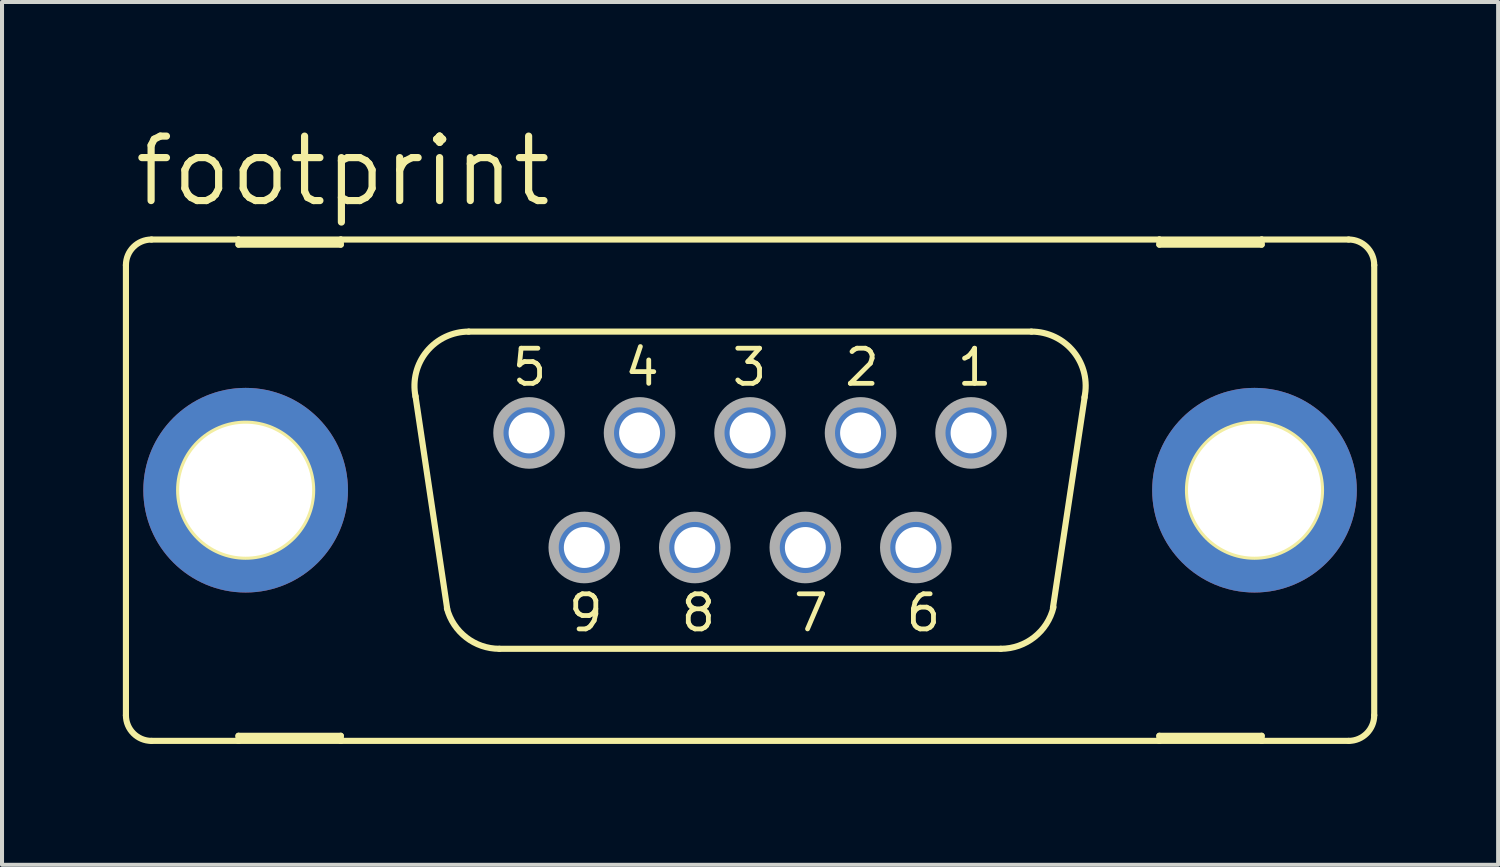
<source format=kicad_pcb>
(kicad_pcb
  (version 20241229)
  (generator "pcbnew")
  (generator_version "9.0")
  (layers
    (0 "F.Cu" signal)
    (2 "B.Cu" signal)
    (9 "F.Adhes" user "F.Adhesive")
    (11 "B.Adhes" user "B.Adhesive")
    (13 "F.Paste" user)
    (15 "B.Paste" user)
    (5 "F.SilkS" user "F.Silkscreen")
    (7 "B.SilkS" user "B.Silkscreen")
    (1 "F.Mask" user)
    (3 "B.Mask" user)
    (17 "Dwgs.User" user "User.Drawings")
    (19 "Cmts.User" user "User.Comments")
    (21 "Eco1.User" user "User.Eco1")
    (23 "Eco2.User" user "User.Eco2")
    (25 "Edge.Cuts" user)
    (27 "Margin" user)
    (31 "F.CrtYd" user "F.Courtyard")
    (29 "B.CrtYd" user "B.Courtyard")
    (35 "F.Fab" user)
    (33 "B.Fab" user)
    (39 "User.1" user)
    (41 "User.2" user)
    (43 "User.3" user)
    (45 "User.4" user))
  (footprint "footprint"
    (layer "F.Cu")
    (at 15.57 9.119)
    (property "Reference" "footprint" (at -15.367 -6.985 0) (layer "F.SilkS") (effects (font (size 1.6 1.6) (thickness 0.178)) (justify left bottom)))
    (fp_line (start -15.494 -5.588) (end -15.494 5.588) (stroke (width 0.152) (type solid)) (layer "F.SilkS"))
    (fp_line (start -14.859 6.223) (end -12.7 6.223) (stroke (width 0.152) (type solid)) (layer "F.SilkS"))
    (fp_line (start -12.7 -6.223) (end -14.859 -6.223) (stroke (width 0.152) (type solid)) (layer "F.SilkS"))
    (fp_line (start -12.7 -6.223) (end -12.7 -6.096) (stroke (width 0.152) (type solid)) (layer "F.SilkS"))
    (fp_line (start -12.7 -6.096) (end -10.16 -6.096) (stroke (width 0.152) (type solid)) (layer "F.SilkS"))
    (fp_line (start -12.7 6.096) (end -10.16 6.096) (stroke (width 0.152) (type solid)) (layer "F.SilkS"))
    (fp_line (start -12.7 6.223) (end -12.7 6.096) (stroke (width 0.152) (type solid)) (layer "F.SilkS"))
    (fp_line (start -12.7 6.223) (end -10.16 6.223) (stroke (width 0.152) (type solid)) (layer "F.SilkS"))
    (fp_line (start -10.16 -6.223) (end -12.7 -6.223) (stroke (width 0.152) (type solid)) (layer "F.SilkS"))
    (fp_line (start -10.16 -6.096) (end -10.16 -6.223) (stroke (width 0.152) (type solid)) (layer "F.SilkS"))
    (fp_line (start -10.16 6.096) (end -10.16 6.223) (stroke (width 0.152) (type solid)) (layer "F.SilkS"))
    (fp_line (start -10.16 6.223) (end 10.16 6.223) (stroke (width 0.152) (type solid)) (layer "F.SilkS"))
    (fp_line (start -7.518 2.946) (end -8.306 -2.337) (stroke (width 0.152) (type solid)) (layer "F.SilkS"))
    (fp_line (start -6.985 -3.937) (end 6.985 -3.937) (stroke (width 0.152) (type solid)) (layer "F.SilkS"))
    (fp_line (start -6.223 3.937) (end 6.223 3.937) (stroke (width 0.152) (type solid)) (layer "F.SilkS"))
    (fp_line (start 8.306 -2.311) (end 7.518 2.921) (stroke (width 0.152) (type solid)) (layer "F.SilkS"))
    (fp_line (start 10.16 -6.223) (end -10.16 -6.223) (stroke (width 0.152) (type solid)) (layer "F.SilkS"))
    (fp_line (start 10.16 -6.223) (end 10.16 -6.096) (stroke (width 0.152) (type solid)) (layer "F.SilkS"))
    (fp_line (start 10.16 -6.096) (end 12.7 -6.096) (stroke (width 0.152) (type solid)) (layer "F.SilkS"))
    (fp_line (start 10.16 6.096) (end 12.7 6.096) (stroke (width 0.152) (type solid)) (layer "F.SilkS"))
    (fp_line (start 10.16 6.223) (end 10.16 6.096) (stroke (width 0.152) (type solid)) (layer "F.SilkS"))
    (fp_line (start 10.16 6.223) (end 12.7 6.223) (stroke (width 0.152) (type solid)) (layer "F.SilkS"))
    (fp_line (start 12.7 -6.223) (end 10.16 -6.223) (stroke (width 0.152) (type solid)) (layer "F.SilkS"))
    (fp_line (start 12.7 -6.096) (end 12.7 -6.223) (stroke (width 0.152) (type solid)) (layer "F.SilkS"))
    (fp_line (start 12.7 6.096) (end 12.7 6.223) (stroke (width 0.152) (type solid)) (layer "F.SilkS"))
    (fp_line (start 12.7 6.223) (end 14.859 6.223) (stroke (width 0.152) (type solid)) (layer "F.SilkS"))
    (fp_line (start 14.859 -6.223) (end 12.7 -6.223) (stroke (width 0.152) (type solid)) (layer "F.SilkS"))
    (fp_line (start 15.494 -5.588) (end 15.494 5.588) (stroke (width 0.152) (type solid)) (layer "F.SilkS"))
    (fp_arc (start -15.494 -5.588) (mid -15.308013 -6.037013) (end -14.859 -6.223) (stroke (width 0.1524) (type solid)) (layer "F.SilkS"))
    (fp_arc (start -14.859 6.223) (mid -15.308013 6.037013) (end -15.494 5.588) (stroke (width 0.1524) (type solid)) (layer "F.SilkS"))
    (fp_arc (start -8.3051 -2.3268) (mid -8.026082 -3.444284) (end -6.985 -3.937) (stroke (width 0.1524) (type solid)) (layer "F.SilkS"))
    (fp_arc (start -6.223 3.937) (mid -7.0465 3.655745) (end -7.5259 2.9295) (stroke (width 0.1524) (type solid)) (layer "F.SilkS"))
    (fp_arc (start 6.985 -3.937) (mid 8.033557 -3.435183) (end 8.300499 -2.303798) (stroke (width 0.1524) (type solid)) (layer "F.SilkS"))
    (fp_arc (start 7.531701 2.904999) (mid 7.056257 3.647874) (end 6.223 3.937) (stroke (width 0.1524) (type solid)) (layer "F.SilkS"))
    (fp_arc (start 14.859 -6.223) (mid 15.308013 -6.037013) (end 15.494 -5.588) (stroke (width 0.1524) (type solid)) (layer "F.SilkS"))
    (fp_arc (start 15.494 5.588) (mid 15.308013 6.037013) (end 14.859 6.223) (stroke (width 0.1524) (type solid)) (layer "F.SilkS"))
    (fp_circle (center -12.522 0) (end -10.871 0) (stroke (width 0.152) (type solid)) (fill no) (layer "F.SilkS"))
    (fp_circle (center 12.522 0) (end 14.173 0) (stroke (width 0.152) (type solid)) (fill no) (layer "F.SilkS"))
    (fp_circle (center -5.486 -1.422) (end -4.724 -1.422) (stroke (width 0.254) (type solid)) (fill no) (layer "F.Fab"))
    (fp_circle (center -4.115 1.422) (end -3.353 1.422) (stroke (width 0.254) (type solid)) (fill no) (layer "F.Fab"))
    (fp_circle (center -2.743 -1.422) (end -1.981 -1.422) (stroke (width 0.254) (type solid)) (fill no) (layer "F.Fab"))
    (fp_circle (center -1.372 1.422) (end -0.61 1.422) (stroke (width 0.254) (type solid)) (fill no) (layer "F.Fab"))
    (fp_circle (center 0 -1.422) (end 0.762 -1.422) (stroke (width 0.254) (type solid)) (fill no) (layer "F.Fab"))
    (fp_circle (center 1.372 1.422) (end 2.134 1.422) (stroke (width 0.254) (type solid)) (fill no) (layer "F.Fab"))
    (fp_circle (center 2.743 -1.422) (end 3.505 -1.422) (stroke (width 0.254) (type solid)) (fill no) (layer "F.Fab"))
    (fp_circle (center 4.115 1.422) (end 4.877 1.422) (stroke (width 0.254) (type solid)) (fill no) (layer "F.Fab"))
    (fp_circle (center 5.486 -1.422) (end 6.248 -1.422) (stroke (width 0.254) (type solid)) (fill no) (layer "F.Fab"))
    (fp_text user "8" (at -1.778 3.556 0) (layer "F.SilkS") (effects (font (size 0.872 0.872) (thickness 0.119)) (justify left bottom)))
    (fp_text user "2" (at 2.286 -2.54 0) (layer "F.SilkS") (effects (font (size 0.872 0.872) (thickness 0.119)) (justify left bottom)))
    (fp_text user "1" (at 5.08 -2.54 0) (layer "F.SilkS") (effects (font (size 0.872 0.872) (thickness 0.119)) (justify left bottom)))
    (fp_text user "4" (at -3.175 -2.54 0) (layer "F.SilkS") (effects (font (size 0.872 0.872) (thickness 0.119)) (justify left bottom)))
    (fp_text user "3" (at -0.508 -2.54 0) (layer "F.SilkS") (effects (font (size 0.872 0.872) (thickness 0.119)) (justify left bottom)))
    (fp_text user "6" (at 3.81 3.556 0) (layer "F.SilkS") (effects (font (size 0.872 0.872) (thickness 0.119)) (justify left bottom)))
    (fp_text user "9" (at -4.572 3.556 0) (layer "F.SilkS") (effects (font (size 0.872 0.872) (thickness 0.119)) (justify left bottom)))
    (fp_text user "5" (at -5.969 -2.54 0) (layer "F.SilkS") (effects (font (size 0.872 0.872) (thickness 0.119)) (justify left bottom)))
    (fp_text user "7" (at 1.016 3.556 0) (layer "F.SilkS") (effects (font (size 0.872 0.872) (thickness 0.119)) (justify left bottom)))
    (pad "1" thru_hole roundrect (at 5.486 -1.422) (size 1.524 1.524) (drill 1.016) (layers "*.Cu" "*.Mask") (roundrect_rratio 0.25) (chamfer_ratio 0.25) (chamfer top_left top_right bottom_left bottom_right))
    (pad "2" thru_hole roundrect (at 2.743 -1.422) (size 1.524 1.524) (drill 1.016) (layers "*.Cu" "*.Mask") (roundrect_rratio 0.25) (chamfer_ratio 0.25) (chamfer top_left top_right bottom_left bottom_right))
    (pad "3" thru_hole roundrect (at 0 -1.422) (size 1.524 1.524) (drill 1.016) (layers "*.Cu" "*.Mask") (roundrect_rratio 0.25) (chamfer_ratio 0.25) (chamfer top_left top_right bottom_left bottom_right))
    (pad "4" thru_hole roundrect (at -2.743 -1.422) (size 1.524 1.524) (drill 1.016) (layers "*.Cu" "*.Mask") (roundrect_rratio 0.25) (chamfer_ratio 0.25) (chamfer top_left top_right bottom_left bottom_right))
    (pad "5" thru_hole roundrect (at -5.486 -1.422) (size 1.524 1.524) (drill 1.016) (layers "*.Cu" "*.Mask") (roundrect_rratio 0.25) (chamfer_ratio 0.25) (chamfer top_left top_right bottom_left bottom_right))
    (pad "6" thru_hole roundrect (at 4.115 1.422) (size 1.524 1.524) (drill 1.016) (layers "*.Cu" "*.Mask") (roundrect_rratio 0.25) (chamfer_ratio 0.25) (chamfer top_left top_right bottom_left bottom_right))
    (pad "7" thru_hole roundrect (at 1.372 1.422) (size 1.524 1.524) (drill 1.016) (layers "*.Cu" "*.Mask") (roundrect_rratio 0.25) (chamfer_ratio 0.25) (chamfer top_left top_right bottom_left bottom_right))
    (pad "8" thru_hole roundrect (at -1.372 1.422) (size 1.524 1.524) (drill 1.016) (layers "*.Cu" "*.Mask") (roundrect_rratio 0.25) (chamfer_ratio 0.25) (chamfer top_left top_right bottom_left bottom_right))
    (pad "9" thru_hole roundrect (at -4.115 1.422) (size 1.524 1.524) (drill 1.016) (layers "*.Cu" "*.Mask") (roundrect_rratio 0.25) (chamfer_ratio 0.25) (chamfer top_left top_right bottom_left bottom_right))
    (pad "G1" thru_hole circle (at -12.522 0) (size 5.08 5.08) (drill 3.302) (layers "*.Cu" "*.Mask"))
    (pad "G2" thru_hole circle (at 12.522 0) (size 5.08 5.08) (drill 3.302) (layers "*.Cu" "*.Mask")))
  (gr_rect
    (start -3 -3)
    (end 34.14 18.418)
    (stroke (width 0.1) (type default))
    (fill no)
    (layer "Edge.Cuts")))
</source>
